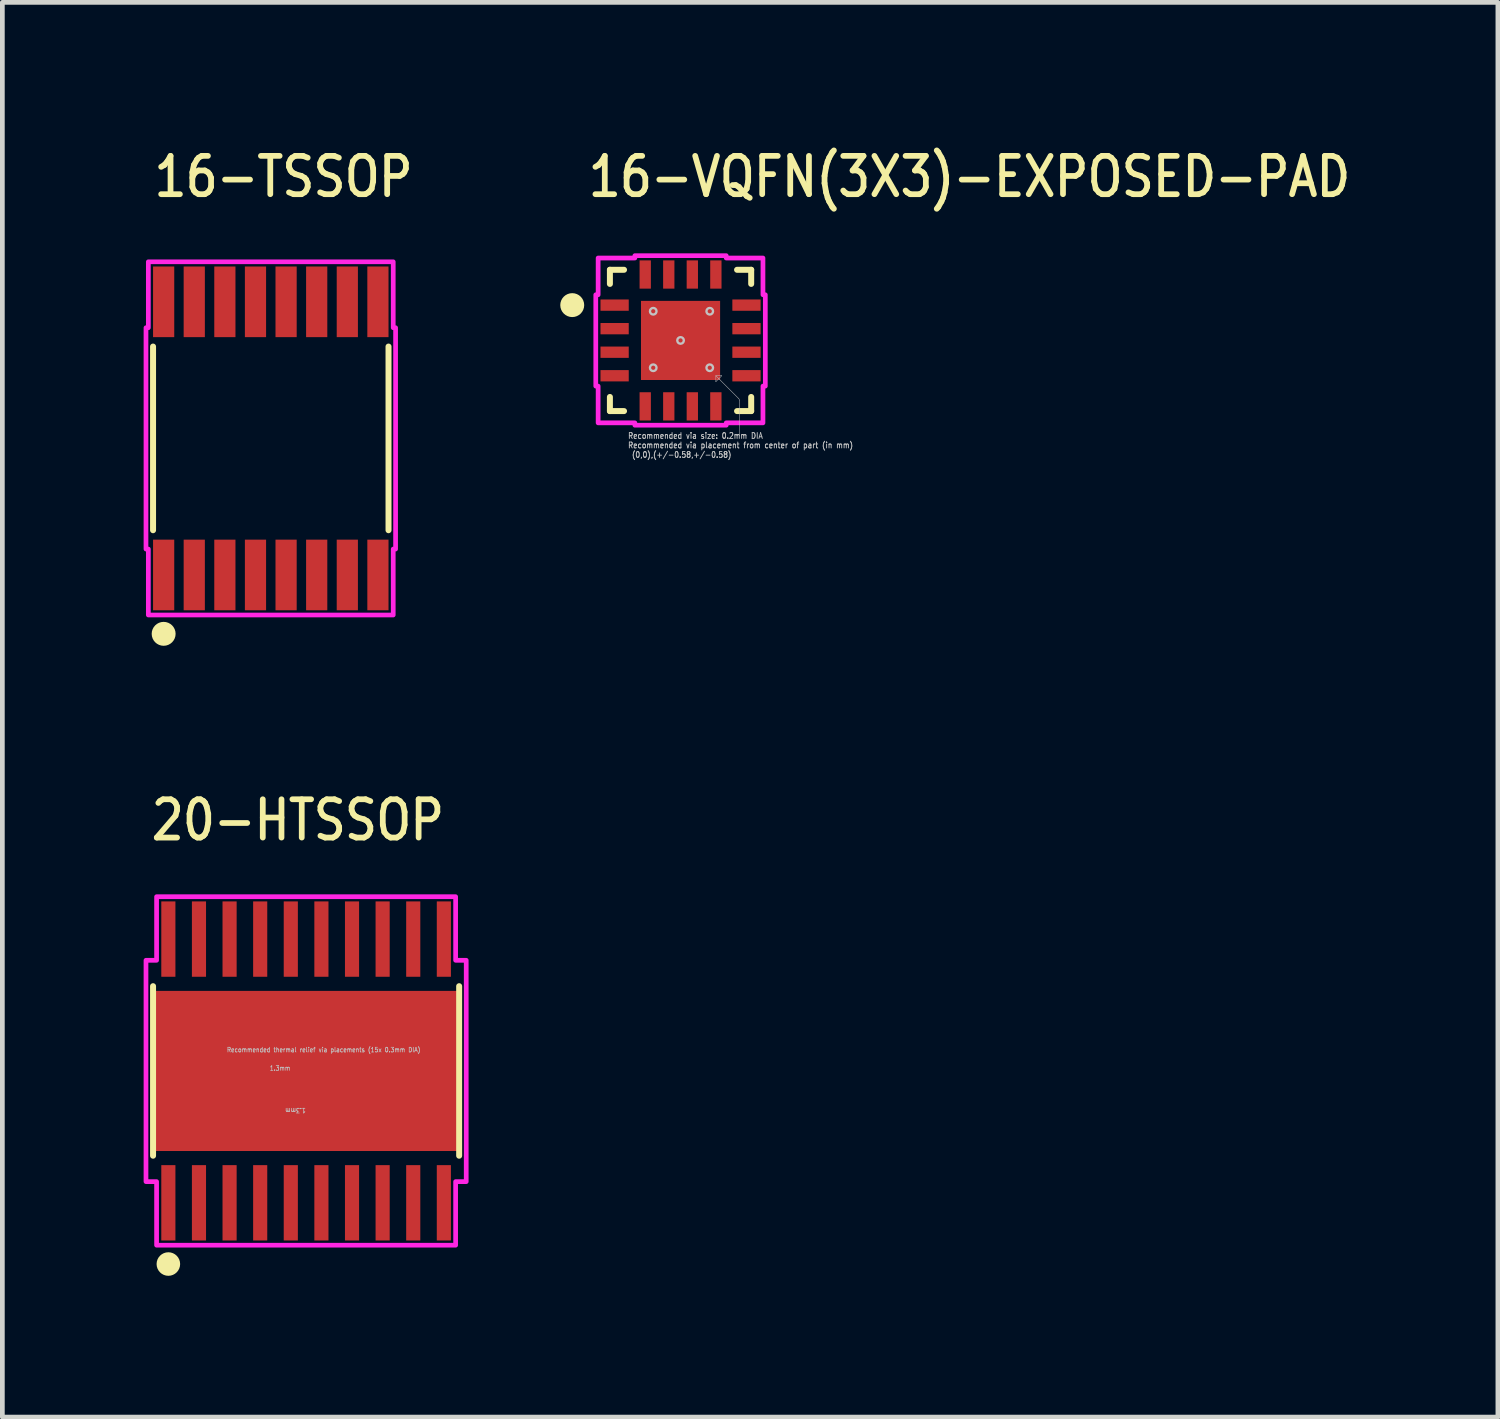
<source format=kicad_pcb>
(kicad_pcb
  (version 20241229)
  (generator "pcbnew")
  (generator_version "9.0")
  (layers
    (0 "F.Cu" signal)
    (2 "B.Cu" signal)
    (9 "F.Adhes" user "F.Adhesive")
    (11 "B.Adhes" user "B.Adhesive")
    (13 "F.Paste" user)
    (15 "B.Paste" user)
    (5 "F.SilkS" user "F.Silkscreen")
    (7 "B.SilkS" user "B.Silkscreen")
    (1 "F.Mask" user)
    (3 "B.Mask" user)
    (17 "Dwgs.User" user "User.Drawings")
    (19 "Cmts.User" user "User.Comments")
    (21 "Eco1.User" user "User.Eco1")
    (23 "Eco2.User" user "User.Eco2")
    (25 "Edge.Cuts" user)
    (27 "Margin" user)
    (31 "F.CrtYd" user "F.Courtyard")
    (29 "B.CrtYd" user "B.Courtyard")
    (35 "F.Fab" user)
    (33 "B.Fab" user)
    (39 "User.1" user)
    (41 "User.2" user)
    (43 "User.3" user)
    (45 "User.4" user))
  (footprint "20-HTSSOP"
    (layer "F.Cu")
    (at 3.45 19.691)
    (property "Reference" "20-HTSSOP" (at -3.35 -4.85 0) (unlocked yes) (layer "F.SilkS") (effects (font (size 0.813 0.695) (thickness 0.122)) (justify left bottom)))
    (fp_poly (pts (xy -1.715 -1.375) (xy 1.715 -1.375) (xy 1.715 1.375) (xy -1.715 1.375)) (stroke (width 0) (type solid)) (fill yes) (layer "F.Mask"))
    (fp_line (start -3.25 -1.8) (end -3.25 1.8) (stroke (width 0.127) (type solid)) (layer "F.SilkS"))
    (fp_line (start 3.25 -1.8) (end 3.25 1.8) (stroke (width 0.127) (type solid)) (layer "F.SilkS"))
    (fp_circle (center -2.925 4.1) (end -2.675 4.1) (stroke (width 0) (type solid)) (fill yes) (layer "F.SilkS"))
    (fp_poly (pts (xy -1.825 -1.5) (xy 1.825 -1.5) (xy 1.825 1.5) (xy -1.825 1.5)) (stroke (width 0) (type solid)) (fill yes) (layer "F.Paste"))
    (fp_line (start -1.3 0) (end -1.17 -0.13) (stroke (width 0.000009) (type solid)) (layer "Dwgs.User"))
    (fp_line (start -1.3 0) (end -1.17 0.13) (stroke (width 0.000009) (type solid)) (layer "Dwgs.User"))
    (fp_line (start 0 0) (end -1.3 0) (stroke (width 0.000009) (type solid)) (layer "Dwgs.User"))
    (fp_line (start 0 0) (end -0.13 -0.13) (stroke (width 0.000009) (type solid)) (layer "Dwgs.User"))
    (fp_line (start 0 0) (end -0.13 0.13) (stroke (width 0.000009) (type solid)) (layer "Dwgs.User"))
    (fp_line (start 0 0) (end 0 1.3) (stroke (width 0.000009) (type solid)) (layer "Dwgs.User"))
    (fp_line (start 0 0) (end 0.13 0.13) (stroke (width 0.000009) (type solid)) (layer "Dwgs.User"))
    (fp_line (start 0 1.3) (end -0.13 1.17) (stroke (width 0.000009) (type solid)) (layer "Dwgs.User"))
    (fp_line (start 0 1.3) (end 0.13 1.17) (stroke (width 0.000009) (type solid)) (layer "Dwgs.User"))
    (fp_circle (center -2.6 -1.3) (end -2.45 -1.3) (stroke (width 0.000009) (type solid)) (fill no) (layer "Dwgs.User"))
    (fp_circle (center -2.6 0) (end -2.45 0) (stroke (width 0.000009) (type solid)) (fill no) (layer "Dwgs.User"))
    (fp_circle (center -2.6 1.3) (end -2.45 1.3) (stroke (width 0.000009) (type solid)) (fill no) (layer "Dwgs.User"))
    (fp_circle (center -1.3 -1.3) (end -1.15 -1.3) (stroke (width 0.000009) (type solid)) (fill no) (layer "Dwgs.User"))
    (fp_circle (center -1.3 0) (end -1.15 0) (stroke (width 0.000009) (type solid)) (fill no) (layer "Dwgs.User"))
    (fp_circle (center -1.3 1.3) (end -1.15 1.3) (stroke (width 0.000009) (type solid)) (fill no) (layer "Dwgs.User"))
    (fp_circle (center 0 -1.3) (end 0.15 -1.3) (stroke (width 0.000009) (type solid)) (fill no) (layer "Dwgs.User"))
    (fp_circle (center 0 0) (end 0.15 0) (stroke (width 0.000009) (type solid)) (fill no) (layer "Dwgs.User"))
    (fp_circle (center 0 1.3) (end 0.15 1.3) (stroke (width 0.000009) (type solid)) (fill no) (layer "Dwgs.User"))
    (fp_circle (center 1.3 -1.3) (end 1.45 -1.3) (stroke (width 0.000009) (type solid)) (fill no) (layer "Dwgs.User"))
    (fp_circle (center 1.3 0) (end 1.45 0) (stroke (width 0.000009) (type solid)) (fill no) (layer "Dwgs.User"))
    (fp_circle (center 1.3 1.3) (end 1.45 1.3) (stroke (width 0.000009) (type solid)) (fill no) (layer "Dwgs.User"))
    (fp_circle (center 2.6 -1.3) (end 2.75 -1.3) (stroke (width 0.000009) (type solid)) (fill no) (layer "Dwgs.User"))
    (fp_circle (center 2.6 0) (end 2.75 0) (stroke (width 0.000009) (type solid)) (fill no) (layer "Dwgs.User"))
    (fp_circle (center 2.6 1.3) (end 2.75 1.3) (stroke (width 0.000009) (type solid)) (fill no) (layer "Dwgs.User"))
    (fp_poly (pts (xy -3.4 -2.35) (xy -3.175 -2.35) (xy -3.175 -3.7) (xy 3.175 -3.7) (xy 3.175 -2.35) (xy 3.4 -2.35) (xy 3.4 2.35) (xy 3.175 2.35) (xy 3.175 3.7) (xy -3.175 3.7) (xy -3.175 2.35) (xy -3.4 2.35)) (stroke (width 0.1) (type solid)) (fill no) (layer "F.CrtYd"))
    (fp_text user "Recommended thermal relief via placements (15x 0.3mm DIA)" (at -1.69 -0.39 0) (unlocked yes) (layer "Dwgs.User") (effects (font (size 0.1 0.086) (thickness 0.015)) (justify left bottom)))
    (fp_text user "1.3mm" (at 0 0.78 180) (unlocked yes) (layer "Dwgs.User") (effects (font (size 0.1 0.086) (thickness 0.015)) (justify left bottom)))
    (fp_text user "1.3mm" (at -0.78 0 0) (unlocked yes) (layer "Dwgs.User") (effects (font (size 0.1 0.086) (thickness 0.015)) (justify left bottom)))
    (pad "1" smd rect (at -2.925 2.8) (size 0.3 1.6) (layers "F.Cu" "F.Mask" "F.Paste"))
    (pad "2" smd rect (at -2.275 2.8) (size 0.3 1.6) (layers "F.Cu" "F.Mask" "F.Paste"))
    (pad "3" smd rect (at -1.625 2.8) (size 0.3 1.6) (layers "F.Cu" "F.Mask" "F.Paste"))
    (pad "4" smd rect (at -0.975 2.8) (size 0.3 1.6) (layers "F.Cu" "F.Mask" "F.Paste"))
    (pad "5" smd rect (at -0.325 2.8) (size 0.3 1.6) (layers "F.Cu" "F.Mask" "F.Paste"))
    (pad "6" smd rect (at 0.325 2.8) (size 0.3 1.6) (layers "F.Cu" "F.Mask" "F.Paste"))
    (pad "7" smd rect (at 0.975 2.8) (size 0.3 1.6) (layers "F.Cu" "F.Mask" "F.Paste"))
    (pad "8" smd rect (at 1.625 2.8) (size 0.3 1.6) (layers "F.Cu" "F.Mask" "F.Paste"))
    (pad "9" smd rect (at 2.275 2.8) (size 0.3 1.6) (layers "F.Cu" "F.Mask" "F.Paste"))
    (pad "10" smd rect (at 2.925 2.8) (size 0.3 1.6) (layers "F.Cu" "F.Mask" "F.Paste"))
    (pad "11" smd rect (at 2.925 -2.8) (size 0.3 1.6) (layers "F.Cu" "F.Mask" "F.Paste"))
    (pad "12" smd rect (at 2.275 -2.8) (size 0.3 1.6) (layers "F.Cu" "F.Mask" "F.Paste"))
    (pad "13" smd rect (at 1.625 -2.8) (size 0.3 1.6) (layers "F.Cu" "F.Mask" "F.Paste"))
    (pad "14" smd rect (at 0.975 -2.8) (size 0.3 1.6) (layers "F.Cu" "F.Mask" "F.Paste"))
    (pad "15" smd rect (at 0.325 -2.8) (size 0.3 1.6) (layers "F.Cu" "F.Mask" "F.Paste"))
    (pad "16" smd rect (at -0.325 -2.8) (size 0.3 1.6) (layers "F.Cu" "F.Mask" "F.Paste"))
    (pad "17" smd rect (at -0.975 -2.8) (size 0.3 1.6) (layers "F.Cu" "F.Mask" "F.Paste"))
    (pad "18" smd rect (at -1.625 -2.8) (size 0.3 1.6) (layers "F.Cu" "F.Mask" "F.Paste"))
    (pad "19" smd rect (at -2.275 -2.8) (size 0.3 1.6) (layers "F.Cu" "F.Mask" "F.Paste"))
    (pad "20" smd rect (at -2.925 -2.8) (size 0.3 1.6) (layers "F.Cu" "F.Mask" "F.Paste"))
    (pad "21" smd rect (at 0 0) (size 6.5 3.4) (layers "F.Cu")))
  (footprint "16-VQFN(3X3)-EXPOSED-PAD"
    (layer "F.Cu")
    (at 11.401 4.179)
    (property "Reference" "16-VQFN(3X3)-EXPOSED-PAD" (at -2.02 -3 0) (unlocked yes) (layer "F.SilkS") (effects (font (size 0.813 0.695) (thickness 0.122)) (justify left bottom)))
    (fp_line (start -1.5 -1.5) (end -1.5 -1.2) (stroke (width 0.127) (type solid)) (layer "F.SilkS"))
    (fp_line (start -1.5 1.2) (end -1.5 1.5) (stroke (width 0.127) (type solid)) (layer "F.SilkS"))
    (fp_line (start -1.5 1.5) (end -1.2 1.5) (stroke (width 0.127) (type solid)) (layer "F.SilkS"))
    (fp_line (start -1.2 -1.5) (end -1.5 -1.5) (stroke (width 0.127) (type solid)) (layer "F.SilkS"))
    (fp_line (start 1.2 -1.5) (end 1.5 -1.5) (stroke (width 0.127) (type solid)) (layer "F.SilkS"))
    (fp_line (start 1.2 1.5) (end 1.5 1.5) (stroke (width 0.127) (type solid)) (layer "F.SilkS"))
    (fp_line (start 1.5 -1.5) (end 1.5 -1.2) (stroke (width 0.127) (type solid)) (layer "F.SilkS"))
    (fp_line (start 1.5 1.5) (end 1.5 1.2) (stroke (width 0.127) (type solid)) (layer "F.SilkS"))
    (fp_circle (center -2.3 -0.75) (end -2.046 -0.75) (stroke (width 0) (type solid)) (fill yes) (layer "F.SilkS"))
    (fp_poly (pts (xy -0.77 -0.77) (xy 0.77 -0.77) (xy 0.77 0.77) (xy -0.77 0.77)) (stroke (width 0) (type solid)) (fill yes) (layer "F.Paste"))
    (fp_line (start 0.75 0.75) (end 0.75 0.875) (stroke (width 0.01) (type solid)) (layer "Dwgs.User"))
    (fp_line (start 0.75 0.75) (end 1.235 1.235) (stroke (width 0.01) (type solid)) (layer "Dwgs.User"))
    (fp_line (start 0.75 0.875) (end 0.875 0.75) (stroke (width 0.01) (type solid)) (layer "Dwgs.User"))
    (fp_line (start 0.875 0.75) (end 0.75 0.75) (stroke (width 0.01) (type solid)) (layer "Dwgs.User"))
    (fp_line (start 1.25 1.271) (end 1.25 2) (stroke (width 0.01) (type solid)) (layer "Dwgs.User"))
    (fp_arc (start 1.235356 1.235356) (mid 1.246194 1.251577) (end 1.25 1.270709) (stroke (width 0.01) (type solid)) (layer "Dwgs.User"))
    (fp_circle (center -0.58 -0.62) (end -0.51 -0.62) (stroke (width 0.05) (type solid)) (fill no) (layer "Dwgs.User"))
    (fp_circle (center -0.58 0.58) (end -0.51 0.58) (stroke (width 0.05) (type solid)) (fill no) (layer "Dwgs.User"))
    (fp_circle (center 0 0) (end 0.07 0) (stroke (width 0.05) (type solid)) (fill no) (layer "Dwgs.User"))
    (fp_circle (center 0.62 -0.62) (end 0.69 -0.62) (stroke (width 0.05) (type solid)) (fill no) (layer "Dwgs.User"))
    (fp_circle (center 0.62 0.58) (end 0.69 0.58) (stroke (width 0.05) (type solid)) (fill no) (layer "Dwgs.User"))
    (fp_poly (pts (xy -1.8 0.97) (xy -1.8 -0.97) (xy -1.75 -0.97) (xy -1.75 -1.75) (xy -0.97 -1.75) (xy -0.97 -1.8) (xy 0.97 -1.8) (xy 0.97 -1.75) (xy 1.75 -1.75) (xy 1.75 -0.97) (xy 1.8 -0.97) (xy 1.8 0.97) (xy 1.75 0.97) (xy 1.75 1.75) (xy 0.97 1.75) (xy 0.97 1.8) (xy -0.97 1.8) (xy -0.97 1.75) (xy -1.75 1.75) (xy -1.75 0.97)) (stroke (width 0.1) (type solid)) (fill no) (layer "F.CrtYd"))
    (fp_text user "Recommended via size: 0.2mm DIA\nRecommended via placement from center of part (in mm)\n (0,0),(+/-0.58,+/-0.58)" (at -1.125 2.5 0) (unlocked yes) (layer "Dwgs.User") (effects (font (size 0.125 0.107) (thickness 0.019)) (justify left bottom)))
    (pad "1" smd rect (at -1.4 -0.75) (size 0.6 0.24) (layers "F.Cu" "F.Mask" "F.Paste"))
    (pad "2" smd rect (at -1.4 -0.25) (size 0.6 0.24) (layers "F.Cu" "F.Mask" "F.Paste"))
    (pad "3" smd rect (at -1.4 0.25) (size 0.6 0.24) (layers "F.Cu" "F.Mask" "F.Paste"))
    (pad "4" smd rect (at -1.4 0.75) (size 0.6 0.24) (layers "F.Cu" "F.Mask" "F.Paste"))
    (pad "5" smd rect (at -0.75 1.4) (size 0.24 0.6) (layers "F.Cu" "F.Mask" "F.Paste"))
    (pad "6" smd rect (at -0.25 1.4) (size 0.24 0.6) (layers "F.Cu" "F.Mask" "F.Paste"))
    (pad "7" smd rect (at 0.25 1.4) (size 0.24 0.6) (layers "F.Cu" "F.Mask" "F.Paste"))
    (pad "8" smd rect (at 0.75 1.4) (size 0.24 0.6) (layers "F.Cu" "F.Mask" "F.Paste"))
    (pad "9" smd rect (at 1.4 0.75) (size 0.6 0.24) (layers "F.Cu" "F.Mask" "F.Paste"))
    (pad "10" smd rect (at 1.4 0.25) (size 0.6 0.24) (layers "F.Cu" "F.Mask" "F.Paste"))
    (pad "11" smd rect (at 1.4 -0.25) (size 0.6 0.24) (layers "F.Cu" "F.Mask" "F.Paste"))
    (pad "12" smd rect (at 1.4 -0.75) (size 0.6 0.24) (layers "F.Cu" "F.Mask" "F.Paste"))
    (pad "13" smd rect (at 0.75 -1.4) (size 0.24 0.6) (layers "F.Cu" "F.Mask" "F.Paste"))
    (pad "14" smd rect (at 0.25 -1.4) (size 0.24 0.6) (layers "F.Cu" "F.Mask" "F.Paste"))
    (pad "15" smd rect (at -0.25 -1.4) (size 0.24 0.6) (layers "F.Cu" "F.Mask" "F.Paste"))
    (pad "16" smd rect (at -0.75 -1.4) (size 0.24 0.6) (layers "F.Cu" "F.Mask" "F.Paste"))
    (pad "17" smd rect (at 0 0) (size 1.68 1.68) (layers "F.Cu" "F.Mask")))
  (footprint "16-TSSOP"
    (layer "F.Cu")
    (at 2.7 6.259)
    (property "Reference" "16-TSSOP" (at -2.54 -5.08 0) (unlocked yes) (layer "F.SilkS") (effects (font (size 0.813 0.695) (thickness 0.122)) (justify left bottom)))
    (fp_line (start -2.5 -1.95) (end -2.5 1.95) (stroke (width 0.127) (type solid)) (layer "F.SilkS"))
    (fp_line (start 2.5 -1.95) (end 2.5 1.95) (stroke (width 0.127) (type solid)) (layer "F.SilkS"))
    (fp_circle (center -2.275 4.15) (end -2.021 4.15) (stroke (width 0) (type solid)) (fill yes) (layer "F.SilkS"))
    (fp_poly (pts (xy -2.6 3.75) (xy -2.6 2.35) (xy -2.65 2.35) (xy -2.65 -2.35) (xy -2.6 -2.35) (xy -2.6 -3.75) (xy 2.6 -3.75) (xy 2.6 -2.35) (xy 2.65 -2.35) (xy 2.65 2.35) (xy 2.6 2.35) (xy 2.6 3.75)) (stroke (width 0.1) (type solid)) (fill no) (layer "F.CrtYd"))
    (pad "1" smd rect (at -2.275 2.9) (size 0.45 1.5) (layers "F.Cu" "F.Mask" "F.Paste"))
    (pad "2" smd rect (at -1.625 2.9) (size 0.45 1.5) (layers "F.Cu" "F.Mask" "F.Paste"))
    (pad "3" smd rect (at -0.975 2.9) (size 0.45 1.5) (layers "F.Cu" "F.Mask" "F.Paste"))
    (pad "4" smd rect (at -0.325 2.9) (size 0.45 1.5) (layers "F.Cu" "F.Mask" "F.Paste"))
    (pad "5" smd rect (at 0.325 2.9) (size 0.45 1.5) (layers "F.Cu" "F.Mask" "F.Paste"))
    (pad "6" smd rect (at 0.975 2.9) (size 0.45 1.5) (layers "F.Cu" "F.Mask" "F.Paste"))
    (pad "7" smd rect (at 1.625 2.9) (size 0.45 1.5) (layers "F.Cu" "F.Mask" "F.Paste"))
    (pad "8" smd rect (at 2.275 2.9) (size 0.45 1.5) (layers "F.Cu" "F.Mask" "F.Paste"))
    (pad "9" smd rect (at 2.275 -2.9) (size 0.45 1.5) (layers "F.Cu" "F.Mask" "F.Paste"))
    (pad "10" smd rect (at 1.625 -2.9) (size 0.45 1.5) (layers "F.Cu" "F.Mask" "F.Paste"))
    (pad "11" smd rect (at 0.975 -2.9) (size 0.45 1.5) (layers "F.Cu" "F.Mask" "F.Paste"))
    (pad "12" smd rect (at 0.325 -2.9) (size 0.45 1.5) (layers "F.Cu" "F.Mask" "F.Paste"))
    (pad "13" smd rect (at -0.325 -2.9) (size 0.45 1.5) (layers "F.Cu" "F.Mask" "F.Paste"))
    (pad "14" smd rect (at -0.975 -2.9) (size 0.45 1.5) (layers "F.Cu" "F.Mask" "F.Paste"))
    (pad "15" smd rect (at -1.625 -2.9) (size 0.45 1.5) (layers "F.Cu" "F.Mask" "F.Paste"))
    (pad "16" smd rect (at -2.275 -2.9) (size 0.45 1.5) (layers "F.Cu" "F.Mask" "F.Paste")))
  (gr_rect
    (start -3 -3)
    (end 28.757 27.041)
    (stroke (width 0.1) (type default))
    (fill no)
    (layer "Edge.Cuts")))
</source>
